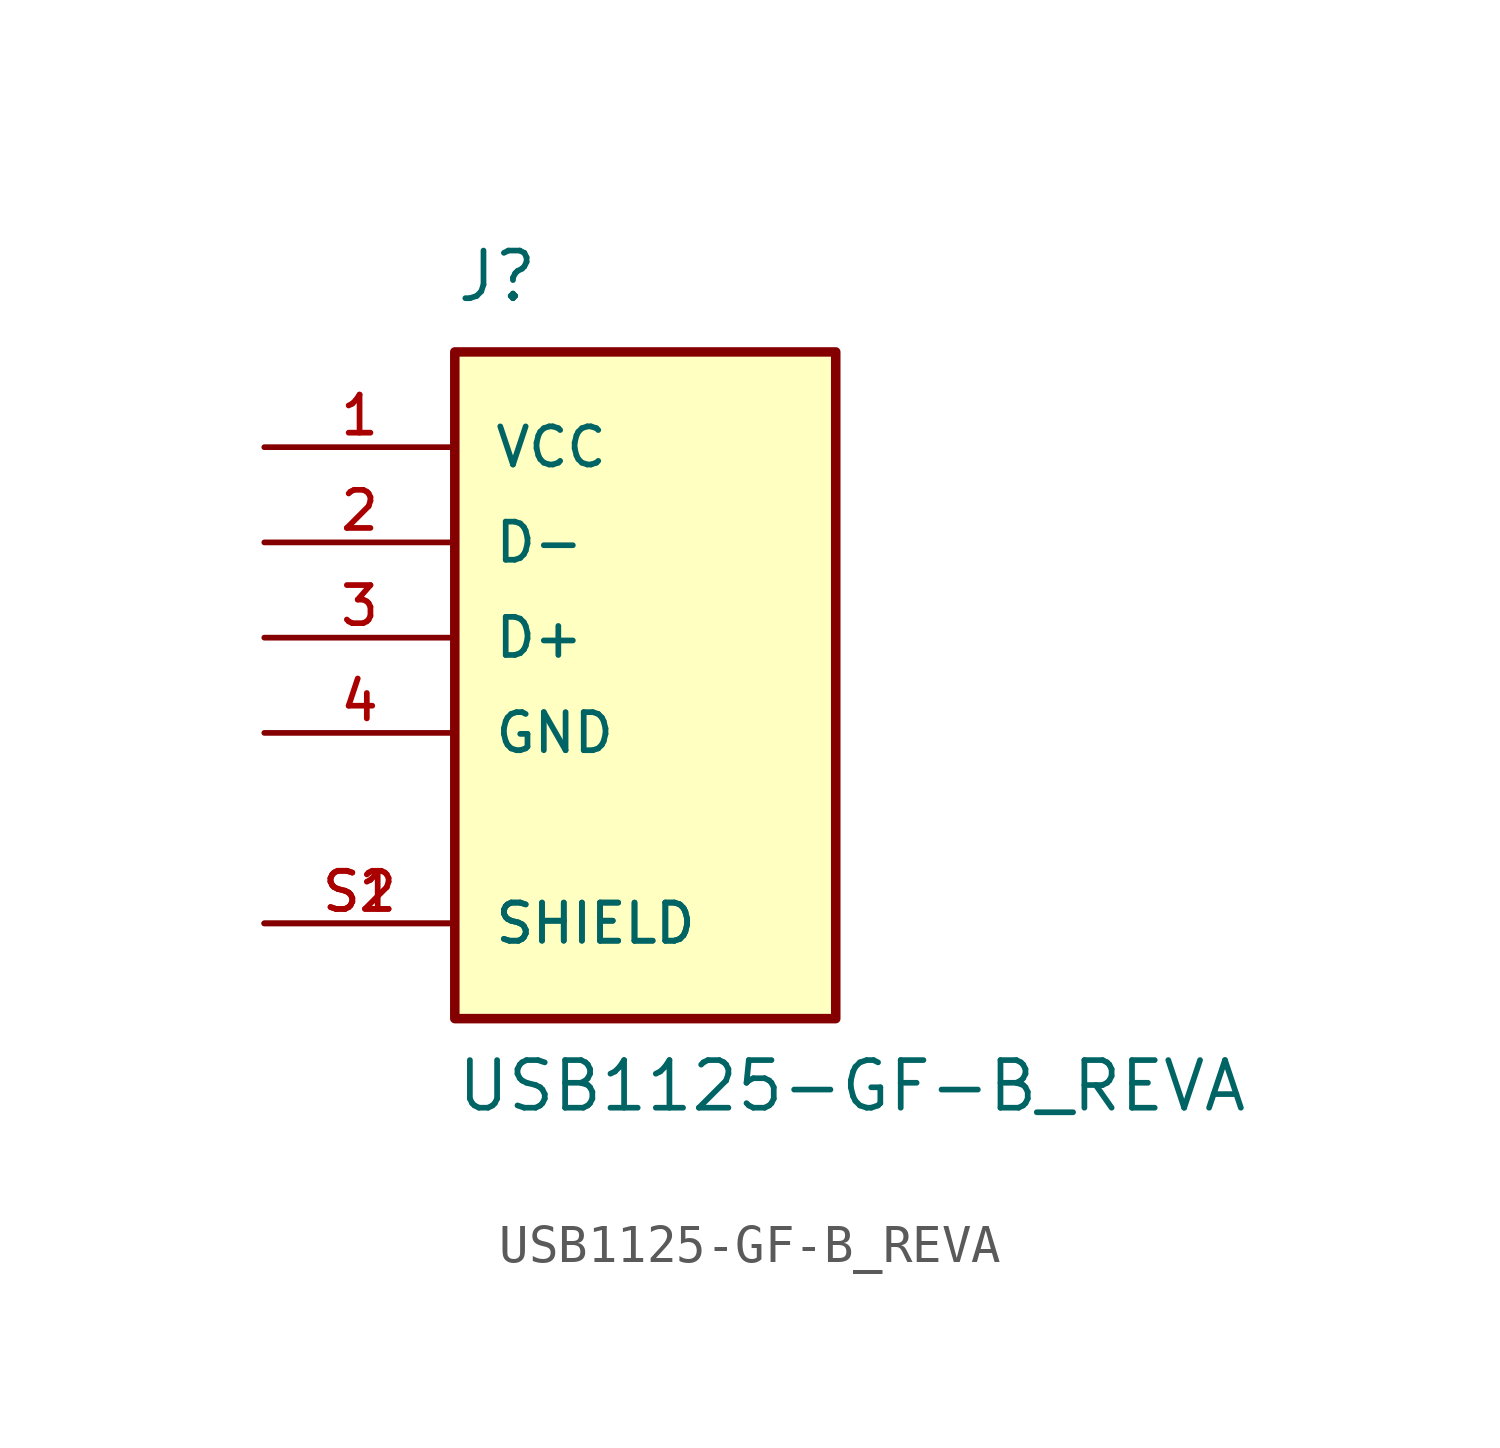
<source format=kicad_sym>
(kicad_symbol_lib
  (version 20211014)
  (generator kicad_symbol_editor)
  (symbol "USB1125-GF-B_REVA"
    (pin_names
      (offset 1.016))
    (property "Reference" "J"
      (at -5.08 8.89 0)
      (effects (font (size 1.27 1.27)) (justify bottom left)))
    (property "Value" "USB1125-GF-B_REVA"
      (at -5.08 -12.7 0)
      (effects (font (size 1.27 1.27)) (justify bottom left)))
    (symbol "USB1125-GF-B_REVA_0_0"
      (rectangle (start -5.08 -10.16) (end 5.08 7.62) (stroke (width 0.254)) (fill (type background)))
      (pin power_in line (at -10.16 5.08 0) (length 5.08) (name "VCC" (effects (font (size 1.016 1.016)))) (number "1" (effects (font (size 1.016 1.016)))))
      (pin bidirectional line (at -10.16 2.54 0) (length 5.08) (name "D-" (effects (font (size 1.016 1.016)))) (number "2" (effects (font (size 1.016 1.016)))))
      (pin bidirectional line (at -10.16 0.0 0) (length 5.08) (name "D+" (effects (font (size 1.016 1.016)))) (number "3" (effects (font (size 1.016 1.016)))))
      (pin power_in line (at -10.16 -2.54 0) (length 5.08) (name "GND" (effects (font (size 1.016 1.016)))) (number "4" (effects (font (size 1.016 1.016)))))
      (pin passive line (at -10.16 -7.62 0) (length 5.08) (name "SHIELD" (effects (font (size 1.016 1.016)))) (number "S1" (effects (font (size 1.016 1.016)))))
      (pin passive line (at -10.16 -7.62 0) (length 5.08) (name "SHIELD" (effects (font (size 1.016 1.016)))) (number "S2" (effects (font (size 1.016 1.016))))))))
</source>
